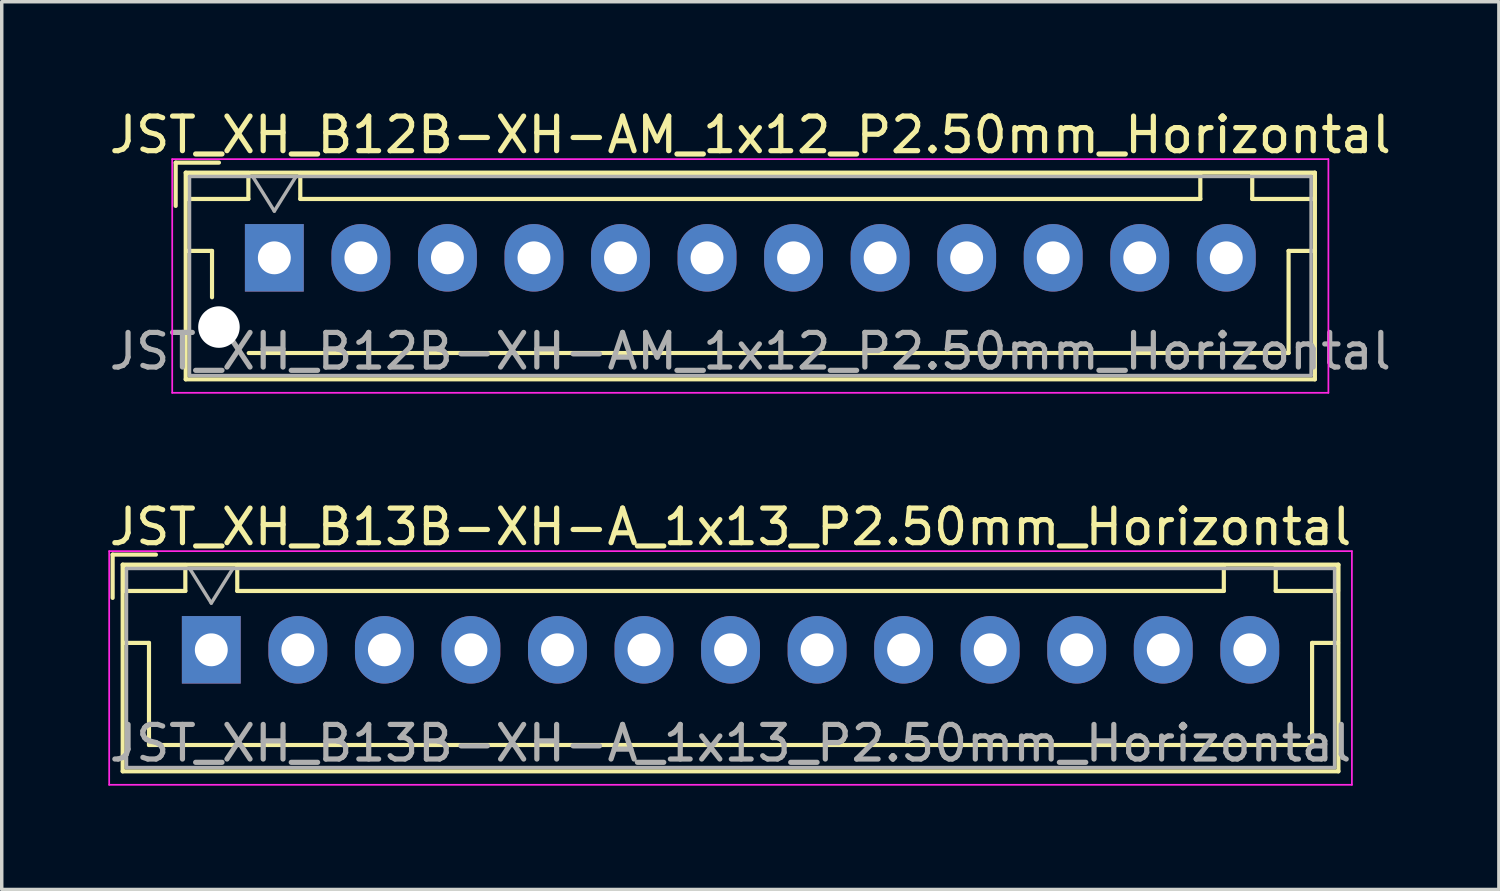
<source format=kicad_pcb>
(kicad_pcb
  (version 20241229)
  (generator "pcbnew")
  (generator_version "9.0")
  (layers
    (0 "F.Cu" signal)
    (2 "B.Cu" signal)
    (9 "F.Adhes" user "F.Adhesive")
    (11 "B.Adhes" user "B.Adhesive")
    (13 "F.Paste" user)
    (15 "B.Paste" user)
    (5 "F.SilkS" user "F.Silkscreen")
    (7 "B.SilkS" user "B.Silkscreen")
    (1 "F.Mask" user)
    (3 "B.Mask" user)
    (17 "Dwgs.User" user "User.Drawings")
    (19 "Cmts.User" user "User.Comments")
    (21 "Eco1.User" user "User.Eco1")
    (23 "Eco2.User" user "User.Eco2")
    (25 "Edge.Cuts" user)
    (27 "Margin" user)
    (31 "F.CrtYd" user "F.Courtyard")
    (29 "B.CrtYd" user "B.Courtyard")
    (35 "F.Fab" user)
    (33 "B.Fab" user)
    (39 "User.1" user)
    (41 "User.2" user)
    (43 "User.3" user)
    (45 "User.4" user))
  (footprint "JST_XH_B12B-XH-AM_1x12_P2.50mm_Horizontal"
    (layer "F.Cu")
    (at 4.875 4.398)
    (property "Reference" "JST_XH_B12B-XH-AM_1x12_P2.50mm_Horizontal" (at 13.75 -3.55 0) (layer "F.SilkS") (effects (font (size 1 1) (thickness 0.15))))
    (attr through_hole)
    (fp_line (start -2.85 -2.75) (end -2.85 -1.5) (stroke (width 0.12) (type solid)) (layer "F.SilkS"))
    (fp_line (start -2.56 -2.46) (end -2.56 3.51) (stroke (width 0.12) (type solid)) (layer "F.SilkS"))
    (fp_line (start -2.56 3.51) (end 30.06 3.51) (stroke (width 0.12) (type solid)) (layer "F.SilkS"))
    (fp_line (start -2.55 -2.45) (end -2.55 -1.7) (stroke (width 0.12) (type solid)) (layer "F.SilkS"))
    (fp_line (start -2.55 -1.7) (end -0.75 -1.7) (stroke (width 0.12) (type solid)) (layer "F.SilkS"))
    (fp_line (start -2.55 -0.2) (end -1.8 -0.2) (stroke (width 0.12) (type solid)) (layer "F.SilkS"))
    (fp_line (start -1.8 -0.2) (end -1.8 1.14) (stroke (width 0.12) (type solid)) (layer "F.SilkS"))
    (fp_line (start -1.6 -2.75) (end -2.85 -2.75) (stroke (width 0.12) (type solid)) (layer "F.SilkS"))
    (fp_line (start -0.75 -2.45) (end -2.55 -2.45) (stroke (width 0.12) (type solid)) (layer "F.SilkS"))
    (fp_line (start -0.75 -1.7) (end -0.75 -2.45) (stroke (width 0.12) (type solid)) (layer "F.SilkS"))
    (fp_line (start 0.75 -2.45) (end 0.75 -1.7) (stroke (width 0.12) (type solid)) (layer "F.SilkS"))
    (fp_line (start 0.75 -1.7) (end 26.75 -1.7) (stroke (width 0.12) (type solid)) (layer "F.SilkS"))
    (fp_line (start 13.75 2.75) (end -0.74 2.75) (stroke (width 0.12) (type solid)) (layer "F.SilkS"))
    (fp_line (start 26.75 -2.45) (end 0.75 -2.45) (stroke (width 0.12) (type solid)) (layer "F.SilkS"))
    (fp_line (start 26.75 -1.7) (end 26.75 -2.45) (stroke (width 0.12) (type solid)) (layer "F.SilkS"))
    (fp_line (start 28.25 -2.45) (end 28.25 -1.7) (stroke (width 0.12) (type solid)) (layer "F.SilkS"))
    (fp_line (start 28.25 -1.7) (end 30.05 -1.7) (stroke (width 0.12) (type solid)) (layer "F.SilkS"))
    (fp_line (start 29.3 -0.2) (end 29.3 2.75) (stroke (width 0.12) (type solid)) (layer "F.SilkS"))
    (fp_line (start 29.3 2.75) (end 13.75 2.75) (stroke (width 0.12) (type solid)) (layer "F.SilkS"))
    (fp_line (start 30.05 -2.45) (end 28.25 -2.45) (stroke (width 0.12) (type solid)) (layer "F.SilkS"))
    (fp_line (start 30.05 -1.7) (end 30.05 -2.45) (stroke (width 0.12) (type solid)) (layer "F.SilkS"))
    (fp_line (start 30.05 -0.2) (end 29.3 -0.2) (stroke (width 0.12) (type solid)) (layer "F.SilkS"))
    (fp_line (start 30.06 -2.46) (end -2.56 -2.46) (stroke (width 0.12) (type solid)) (layer "F.SilkS"))
    (fp_line (start 30.06 3.51) (end 30.06 -2.46) (stroke (width 0.12) (type solid)) (layer "F.SilkS"))
    (fp_line (start -2.95 -2.85) (end -2.95 3.9) (stroke (width 0.05) (type solid)) (layer "F.CrtYd"))
    (fp_line (start -2.95 3.9) (end 30.45 3.9) (stroke (width 0.05) (type solid)) (layer "F.CrtYd"))
    (fp_line (start 30.45 -2.85) (end -2.95 -2.85) (stroke (width 0.05) (type solid)) (layer "F.CrtYd"))
    (fp_line (start 30.45 3.9) (end 30.45 -2.85) (stroke (width 0.05) (type solid)) (layer "F.CrtYd"))
    (fp_line (start -2.45 -2.35) (end -2.45 3.4) (stroke (width 0.1) (type solid)) (layer "F.Fab"))
    (fp_line (start -2.45 3.4) (end 29.95 3.4) (stroke (width 0.1) (type solid)) (layer "F.Fab"))
    (fp_line (start -0.625 -2.35) (end 0 -1.35) (stroke (width 0.1) (type solid)) (layer "F.Fab"))
    (fp_line (start 0 -1.35) (end 0.625 -2.35) (stroke (width 0.1) (type solid)) (layer "F.Fab"))
    (fp_line (start 29.95 -2.35) (end -2.45 -2.35) (stroke (width 0.1) (type solid)) (layer "F.Fab"))
    (fp_line (start 29.95 3.4) (end 29.95 -2.35) (stroke (width 0.1) (type solid)) (layer "F.Fab"))
    (fp_text user "${REFERENCE}" (at 13.75 2.7 0) (layer "F.Fab") (effects (font (size 1 1) (thickness 0.15))))
    (pad "" np_thru_hole circle (at -1.6 2) (size 1.2 1.2) (drill 1.2) (layers "*.Cu" "*.Mask"))
    (pad "1" thru_hole rect (at 0 0) (size 1.7 1.95) (drill 0.95) (layers "*.Cu" "*.Mask"))
    (pad "2" thru_hole oval (at 2.5 0) (size 1.7 1.95) (drill 0.95) (layers "*.Cu" "*.Mask"))
    (pad "3" thru_hole oval (at 5 0) (size 1.7 1.95) (drill 0.95) (layers "*.Cu" "*.Mask"))
    (pad "4" thru_hole oval (at 7.5 0) (size 1.7 1.95) (drill 0.95) (layers "*.Cu" "*.Mask"))
    (pad "5" thru_hole oval (at 10 0) (size 1.7 1.95) (drill 0.95) (layers "*.Cu" "*.Mask"))
    (pad "6" thru_hole oval (at 12.5 0) (size 1.7 1.95) (drill 0.95) (layers "*.Cu" "*.Mask"))
    (pad "7" thru_hole oval (at 15 0) (size 1.7 1.95) (drill 0.95) (layers "*.Cu" "*.Mask"))
    (pad "8" thru_hole oval (at 17.5 0) (size 1.7 1.95) (drill 0.95) (layers "*.Cu" "*.Mask"))
    (pad "9" thru_hole oval (at 20 0) (size 1.7 1.95) (drill 0.95) (layers "*.Cu" "*.Mask"))
    (pad "10" thru_hole oval (at 22.5 0) (size 1.7 1.95) (drill 0.95) (layers "*.Cu" "*.Mask"))
    (pad "11" thru_hole oval (at 25 0) (size 1.7 1.95) (drill 0.95) (layers "*.Cu" "*.Mask"))
    (pad "12" thru_hole oval (at 27.5 0) (size 1.7 1.95) (drill 0.95) (layers "*.Cu" "*.Mask")))
  (footprint "JST_XH_B13B-XH-A_1x13_P2.50mm_Horizontal"
    (layer "F.Cu")
    (at 3.054 15.722)
    (property "Reference" "JST_XH_B13B-XH-A_1x13_P2.50mm_Horizontal" (at 15 -3.55 0) (layer "F.SilkS") (effects (font (size 1 1) (thickness 0.15))))
    (attr through_hole)
    (fp_line (start -2.85 -2.75) (end -2.85 -1.5) (stroke (width 0.12) (type solid)) (layer "F.SilkS"))
    (fp_line (start -2.56 -2.46) (end -2.56 3.51) (stroke (width 0.12) (type solid)) (layer "F.SilkS"))
    (fp_line (start -2.56 3.51) (end 32.56 3.51) (stroke (width 0.12) (type solid)) (layer "F.SilkS"))
    (fp_line (start -2.55 -2.45) (end -2.55 -1.7) (stroke (width 0.12) (type solid)) (layer "F.SilkS"))
    (fp_line (start -2.55 -1.7) (end -0.75 -1.7) (stroke (width 0.12) (type solid)) (layer "F.SilkS"))
    (fp_line (start -2.55 -0.2) (end -1.8 -0.2) (stroke (width 0.12) (type solid)) (layer "F.SilkS"))
    (fp_line (start -1.8 -0.2) (end -1.8 2.75) (stroke (width 0.12) (type solid)) (layer "F.SilkS"))
    (fp_line (start -1.8 2.75) (end 15 2.75) (stroke (width 0.12) (type solid)) (layer "F.SilkS"))
    (fp_line (start -1.6 -2.75) (end -2.85 -2.75) (stroke (width 0.12) (type solid)) (layer "F.SilkS"))
    (fp_line (start -0.75 -2.45) (end -2.55 -2.45) (stroke (width 0.12) (type solid)) (layer "F.SilkS"))
    (fp_line (start -0.75 -1.7) (end -0.75 -2.45) (stroke (width 0.12) (type solid)) (layer "F.SilkS"))
    (fp_line (start 0.75 -2.45) (end 0.75 -1.7) (stroke (width 0.12) (type solid)) (layer "F.SilkS"))
    (fp_line (start 0.75 -1.7) (end 29.25 -1.7) (stroke (width 0.12) (type solid)) (layer "F.SilkS"))
    (fp_line (start 29.25 -2.45) (end 0.75 -2.45) (stroke (width 0.12) (type solid)) (layer "F.SilkS"))
    (fp_line (start 29.25 -1.7) (end 29.25 -2.45) (stroke (width 0.12) (type solid)) (layer "F.SilkS"))
    (fp_line (start 30.75 -2.45) (end 30.75 -1.7) (stroke (width 0.12) (type solid)) (layer "F.SilkS"))
    (fp_line (start 30.75 -1.7) (end 32.55 -1.7) (stroke (width 0.12) (type solid)) (layer "F.SilkS"))
    (fp_line (start 31.8 -0.2) (end 31.8 2.75) (stroke (width 0.12) (type solid)) (layer "F.SilkS"))
    (fp_line (start 31.8 2.75) (end 15 2.75) (stroke (width 0.12) (type solid)) (layer "F.SilkS"))
    (fp_line (start 32.55 -2.45) (end 30.75 -2.45) (stroke (width 0.12) (type solid)) (layer "F.SilkS"))
    (fp_line (start 32.55 -1.7) (end 32.55 -2.45) (stroke (width 0.12) (type solid)) (layer "F.SilkS"))
    (fp_line (start 32.55 -0.2) (end 31.8 -0.2) (stroke (width 0.12) (type solid)) (layer "F.SilkS"))
    (fp_line (start 32.56 -2.46) (end -2.56 -2.46) (stroke (width 0.12) (type solid)) (layer "F.SilkS"))
    (fp_line (start 32.56 3.51) (end 32.56 -2.46) (stroke (width 0.12) (type solid)) (layer "F.SilkS"))
    (fp_line (start -2.95 -2.85) (end -2.95 3.9) (stroke (width 0.05) (type solid)) (layer "F.CrtYd"))
    (fp_line (start -2.95 3.9) (end 32.95 3.9) (stroke (width 0.05) (type solid)) (layer "F.CrtYd"))
    (fp_line (start 32.95 -2.85) (end -2.95 -2.85) (stroke (width 0.05) (type solid)) (layer "F.CrtYd"))
    (fp_line (start 32.95 3.9) (end 32.95 -2.85) (stroke (width 0.05) (type solid)) (layer "F.CrtYd"))
    (fp_line (start -2.45 -2.35) (end -2.45 3.4) (stroke (width 0.1) (type solid)) (layer "F.Fab"))
    (fp_line (start -2.45 3.4) (end 32.45 3.4) (stroke (width 0.1) (type solid)) (layer "F.Fab"))
    (fp_line (start -0.625 -2.35) (end 0 -1.35) (stroke (width 0.1) (type solid)) (layer "F.Fab"))
    (fp_line (start 0 -1.35) (end 0.625 -2.35) (stroke (width 0.1) (type solid)) (layer "F.Fab"))
    (fp_line (start 32.45 -2.35) (end -2.45 -2.35) (stroke (width 0.1) (type solid)) (layer "F.Fab"))
    (fp_line (start 32.45 3.4) (end 32.45 -2.35) (stroke (width 0.1) (type solid)) (layer "F.Fab"))
    (fp_text user "${REFERENCE}" (at 15 2.7 0) (layer "F.Fab") (effects (font (size 1 1) (thickness 0.15))))
    (pad "1" thru_hole rect (at 0 0) (size 1.7 1.95) (drill 0.95) (layers "*.Cu" "*.Mask"))
    (pad "2" thru_hole oval (at 2.5 0) (size 1.7 1.95) (drill 0.95) (layers "*.Cu" "*.Mask"))
    (pad "3" thru_hole oval (at 5 0) (size 1.7 1.95) (drill 0.95) (layers "*.Cu" "*.Mask"))
    (pad "4" thru_hole oval (at 7.5 0) (size 1.7 1.95) (drill 0.95) (layers "*.Cu" "*.Mask"))
    (pad "5" thru_hole oval (at 10 0) (size 1.7 1.95) (drill 0.95) (layers "*.Cu" "*.Mask"))
    (pad "6" thru_hole oval (at 12.5 0) (size 1.7 1.95) (drill 0.95) (layers "*.Cu" "*.Mask"))
    (pad "7" thru_hole oval (at 15 0) (size 1.7 1.95) (drill 0.95) (layers "*.Cu" "*.Mask"))
    (pad "8" thru_hole oval (at 17.5 0) (size 1.7 1.95) (drill 0.95) (layers "*.Cu" "*.Mask"))
    (pad "9" thru_hole oval (at 20 0) (size 1.7 1.95) (drill 0.95) (layers "*.Cu" "*.Mask"))
    (pad "10" thru_hole oval (at 22.5 0) (size 1.7 1.95) (drill 0.95) (layers "*.Cu" "*.Mask"))
    (pad "11" thru_hole oval (at 25 0) (size 1.7 1.95) (drill 0.95) (layers "*.Cu" "*.Mask"))
    (pad "12" thru_hole oval (at 27.5 0) (size 1.7 1.95) (drill 0.95) (layers "*.Cu" "*.Mask"))
    (pad "13" thru_hole oval (at 30 0) (size 1.7 1.95) (drill 0.95) (layers "*.Cu" "*.Mask")))
  (gr_rect
    (start -3 -3)
    (end 40.25 22.646)
    (stroke (width 0.1) (type default))
    (fill no)
    (layer "Edge.Cuts")))
</source>
